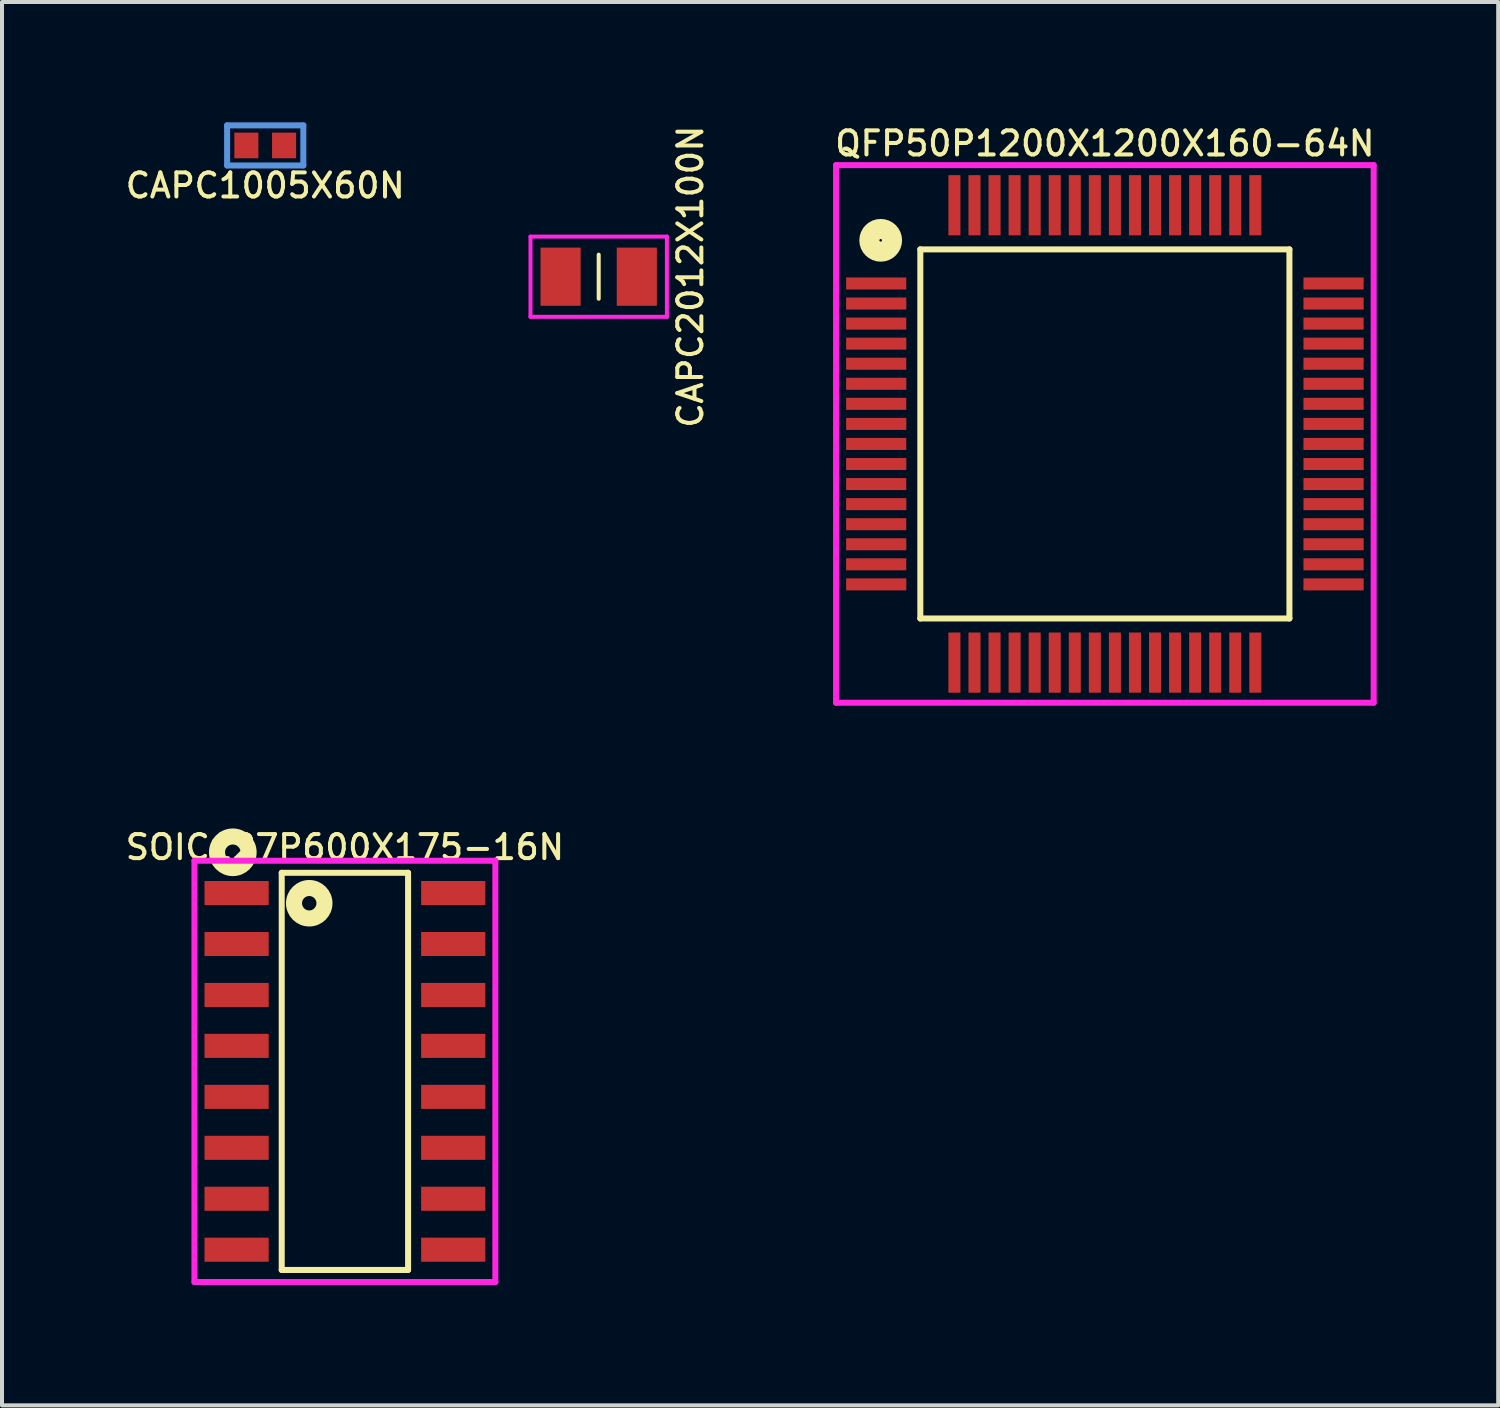
<source format=kicad_pcb>
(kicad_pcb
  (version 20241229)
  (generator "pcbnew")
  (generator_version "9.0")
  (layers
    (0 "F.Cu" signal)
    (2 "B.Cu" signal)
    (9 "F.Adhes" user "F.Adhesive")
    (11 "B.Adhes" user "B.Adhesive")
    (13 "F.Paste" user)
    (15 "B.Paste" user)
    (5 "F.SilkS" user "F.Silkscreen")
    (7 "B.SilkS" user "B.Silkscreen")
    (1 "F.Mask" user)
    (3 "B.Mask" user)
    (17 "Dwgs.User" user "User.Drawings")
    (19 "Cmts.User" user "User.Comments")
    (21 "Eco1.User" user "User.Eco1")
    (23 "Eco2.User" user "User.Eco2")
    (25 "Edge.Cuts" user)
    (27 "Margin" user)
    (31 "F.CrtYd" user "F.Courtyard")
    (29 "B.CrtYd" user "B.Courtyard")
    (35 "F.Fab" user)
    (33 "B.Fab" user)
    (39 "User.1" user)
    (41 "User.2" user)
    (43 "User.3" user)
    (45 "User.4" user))
  (footprint "SOIC127P600X175-16N"
    (layer "F.Cu")
    (at 5.547 23.655)
    (property "Reference" "SOIC127P600X175-16N" (at 0 -5.588 0) (layer "F.SilkS") (effects (font (size 0.6 0.6) (thickness 0.1))))
    (attr through_hole)
    (fp_line (start -1.575 -4.95) (end 1.575 -4.95) (stroke (width 0.15) (type solid)) (layer "F.SilkS"))
    (fp_line (start -1.575 4.95) (end -1.575 -4.95) (stroke (width 0.15) (type solid)) (layer "F.SilkS"))
    (fp_line (start 1.575 -4.95) (end 1.575 4.95) (stroke (width 0.15) (type solid)) (layer "F.SilkS"))
    (fp_line (start 1.575 4.95) (end -1.575 4.95) (stroke (width 0.15) (type solid)) (layer "F.SilkS"))
    (fp_circle (center -2.794 -5.461) (end -2.6 -5.461) (stroke (width 0.4) (type solid)) (fill no) (layer "F.SilkS"))
    (fp_circle (center -0.889 -4.191) (end -0.762 -4.064) (stroke (width 0.4) (type solid)) (fill no) (layer "F.SilkS"))
    (fp_line (start -3.75 -5.25) (end 3.75 -5.25) (stroke (width 0.15) (type solid)) (layer "F.CrtYd"))
    (fp_line (start -3.75 5.25) (end -3.75 -5.25) (stroke (width 0.15) (type solid)) (layer "F.CrtYd"))
    (fp_line (start 3.75 -5.25) (end 3.75 5.25) (stroke (width 0.15) (type solid)) (layer "F.CrtYd"))
    (fp_line (start 3.75 5.25) (end -3.75 5.25) (stroke (width 0.15) (type solid)) (layer "F.CrtYd"))
    (pad "1" smd rect (at -2.7 -4.445) (size 1.6 0.6) (layers "F.Cu" "F.Mask" "F.Paste"))
    (pad "2" smd rect (at -2.7 -3.175) (size 1.6 0.6) (layers "F.Cu" "F.Mask" "F.Paste"))
    (pad "3" smd rect (at -2.7 -1.905) (size 1.6 0.6) (layers "F.Cu" "F.Mask" "F.Paste"))
    (pad "4" smd rect (at -2.7 -0.635) (size 1.6 0.6) (layers "F.Cu" "F.Mask" "F.Paste"))
    (pad "5" smd rect (at -2.7 0.635) (size 1.6 0.6) (layers "F.Cu" "F.Mask" "F.Paste"))
    (pad "6" smd rect (at -2.7 1.905) (size 1.6 0.6) (layers "F.Cu" "F.Mask" "F.Paste"))
    (pad "7" smd rect (at -2.7 3.175) (size 1.6 0.6) (layers "F.Cu" "F.Mask" "F.Paste"))
    (pad "8" smd rect (at -2.7 4.445) (size 1.6 0.6) (layers "F.Cu" "F.Mask" "F.Paste"))
    (pad "9" smd rect (at 2.7 4.445) (size 1.6 0.6) (layers "F.Cu" "F.Mask" "F.Paste"))
    (pad "10" smd rect (at 2.7 3.175) (size 1.6 0.6) (layers "F.Cu" "F.Mask" "F.Paste"))
    (pad "11" smd rect (at 2.7 1.905) (size 1.6 0.6) (layers "F.Cu" "F.Mask" "F.Paste"))
    (pad "12" smd rect (at 2.7 0.635) (size 1.6 0.6) (layers "F.Cu" "F.Mask" "F.Paste"))
    (pad "13" smd rect (at 2.7 -0.635) (size 1.6 0.6) (layers "F.Cu" "F.Mask" "F.Paste"))
    (pad "14" smd rect (at 2.7 -1.905) (size 1.6 0.6) (layers "F.Cu" "F.Mask" "F.Paste"))
    (pad "15" smd rect (at 2.7 -3.175) (size 1.6 0.6) (layers "F.Cu" "F.Mask" "F.Paste"))
    (pad "16" smd rect (at 2.7 -4.445) (size 1.6 0.6) (layers "F.Cu" "F.Mask" "F.Paste")))
  (footprint "CAPC2012X100N"
    (layer "F.Cu")
    (at 11.873 3.847)
    (property "Reference" "CAPC2012X100N" (at 2.286 0 90) (layer "F.SilkS") (effects (font (size 0.6 0.6) (thickness 0.1))))
    (attr through_hole)
    (fp_line (start 0 -0.55) (end 0 0.55) (stroke (width 0.1) (type solid)) (layer "F.SilkS"))
    (fp_line (start -1.7 -1) (end 1.7 -1) (stroke (width 0.1) (type solid)) (layer "F.CrtYd"))
    (fp_line (start -1.7 1) (end -1.7 -1) (stroke (width 0.1) (type solid)) (layer "F.CrtYd"))
    (fp_line (start 1.7 -1) (end 1.7 1) (stroke (width 0.1) (type solid)) (layer "F.CrtYd"))
    (fp_line (start 1.7 1) (end -1.7 1) (stroke (width 0.1) (type solid)) (layer "F.CrtYd"))
    (pad "1" smd rect (at -0.95 0) (size 1 1.45) (layers "F.Cu" "F.Mask" "F.Paste"))
    (pad "2" smd rect (at 0.95 0) (size 1 1.45) (layers "F.Cu" "F.Mask" "F.Paste")))
  (footprint "CAPC1005X60N"
    (layer "F.Cu")
    (at 3.561 0.575)
    (property "Reference" "CAPC1005X60N" (at 0 1 0) (layer "F.SilkS") (effects (font (size 0.6 0.6) (thickness 0.1))))
    (attr through_hole)
    (fp_line (start -0.95 -0.5) (end 0.95 -0.5) (stroke (width 0.15) (type solid)) (layer "Cmts.User"))
    (fp_line (start -0.95 0.5) (end -0.95 -0.5) (stroke (width 0.15) (type solid)) (layer "Cmts.User"))
    (fp_line (start 0.95 -0.5) (end 0.95 0.5) (stroke (width 0.15) (type solid)) (layer "Cmts.User"))
    (fp_line (start 0.95 0.5) (end -0.95 0.5) (stroke (width 0.15) (type solid)) (layer "Cmts.User"))
    (pad "1" smd rect (at -0.47 0) (size 0.6 0.64) (layers "F.Cu" "F.Mask" "F.Paste"))
    (pad "2" smd rect (at 0.47 0) (size 0.6 0.64) (layers "F.Cu" "F.Mask" "F.Paste")))
  (footprint "QFP50P1200X1200X160-64N"
    (layer "F.Cu")
    (at 24.49 7.766)
    (property "Reference" "QFP50P1200X1200X160-64N" (at 0 -7.239 0) (layer "F.SilkS") (effects (font (size 0.6 0.6) (thickness 0.1))))
    (attr through_hole)
    (fp_line (start -4.6 -4.6) (end 4.6 -4.6) (stroke (width 0.15) (type solid)) (layer "F.SilkS"))
    (fp_line (start -4.6 4.6) (end -4.6 -4.6) (stroke (width 0.15) (type solid)) (layer "F.SilkS"))
    (fp_line (start 4.6 -4.6) (end 4.6 4.6) (stroke (width 0.15) (type solid)) (layer "F.SilkS"))
    (fp_line (start 4.6 4.6) (end -4.6 4.6) (stroke (width 0.15) (type solid)) (layer "F.SilkS"))
    (fp_circle (center -5.588 -4.826) (end -5.788 -5.026) (stroke (width 0.5) (type solid)) (fill no) (layer "F.SilkS"))
    (fp_line (start -6.7 -6.7) (end 6.7 -6.7) (stroke (width 0.15) (type solid)) (layer "F.CrtYd"))
    (fp_line (start -6.7 6.7) (end -6.7 -6.7) (stroke (width 0.15) (type solid)) (layer "F.CrtYd"))
    (fp_line (start 6.7 -6.7) (end 6.7 6.7) (stroke (width 0.15) (type solid)) (layer "F.CrtYd"))
    (fp_line (start 6.7 6.7) (end -6.7 6.7) (stroke (width 0.15) (type solid)) (layer "F.CrtYd"))
    (pad "1" smd rect (at -5.7 -3.75) (size 1.5 0.3) (layers "F.Cu" "F.Mask" "F.Paste"))
    (pad "2" smd rect (at -5.7 -3.25) (size 1.5 0.3) (layers "F.Cu" "F.Mask" "F.Paste"))
    (pad "3" smd rect (at -5.7 -2.75) (size 1.5 0.3) (layers "F.Cu" "F.Mask" "F.Paste"))
    (pad "4" smd rect (at -5.7 -2.25) (size 1.5 0.3) (layers "F.Cu" "F.Mask" "F.Paste"))
    (pad "5" smd rect (at -5.7 -1.75) (size 1.5 0.3) (layers "F.Cu" "F.Mask" "F.Paste"))
    (pad "6" smd rect (at -5.7 -1.25) (size 1.5 0.3) (layers "F.Cu" "F.Mask" "F.Paste"))
    (pad "7" smd rect (at -5.7 -0.75) (size 1.5 0.3) (layers "F.Cu" "F.Mask" "F.Paste"))
    (pad "8" smd rect (at -5.7 -0.25) (size 1.5 0.3) (layers "F.Cu" "F.Mask" "F.Paste"))
    (pad "9" smd rect (at -5.7 0.25) (size 1.5 0.3) (layers "F.Cu" "F.Mask" "F.Paste"))
    (pad "10" smd rect (at -5.7 0.75) (size 1.5 0.3) (layers "F.Cu" "F.Mask" "F.Paste"))
    (pad "11" smd rect (at -5.7 1.25) (size 1.5 0.3) (layers "F.Cu" "F.Mask" "F.Paste"))
    (pad "12" smd rect (at -5.7 1.75) (size 1.5 0.3) (layers "F.Cu" "F.Mask" "F.Paste"))
    (pad "13" smd rect (at -5.7 2.25) (size 1.5 0.3) (layers "F.Cu" "F.Mask" "F.Paste"))
    (pad "14" smd rect (at -5.7 2.75) (size 1.5 0.3) (layers "F.Cu" "F.Mask" "F.Paste"))
    (pad "15" smd rect (at -5.7 3.25) (size 1.5 0.3) (layers "F.Cu" "F.Mask" "F.Paste"))
    (pad "16" smd rect (at -5.7 3.75) (size 1.5 0.3) (layers "F.Cu" "F.Mask" "F.Paste"))
    (pad "17" smd rect (at -3.75 5.7) (size 0.3 1.5) (layers "F.Cu" "F.Mask" "F.Paste"))
    (pad "18" smd rect (at -3.25 5.7) (size 0.3 1.5) (layers "F.Cu" "F.Mask" "F.Paste"))
    (pad "19" smd rect (at -2.75 5.7) (size 0.3 1.5) (layers "F.Cu" "F.Mask" "F.Paste"))
    (pad "20" smd rect (at -2.25 5.7) (size 0.3 1.5) (layers "F.Cu" "F.Mask" "F.Paste"))
    (pad "21" smd rect (at -1.75 5.7) (size 0.3 1.5) (layers "F.Cu" "F.Mask" "F.Paste"))
    (pad "22" smd rect (at -1.25 5.7) (size 0.3 1.5) (layers "F.Cu" "F.Mask" "F.Paste"))
    (pad "23" smd rect (at -0.75 5.7) (size 0.3 1.5) (layers "F.Cu" "F.Mask" "F.Paste"))
    (pad "24" smd rect (at -0.25 5.7) (size 0.3 1.5) (layers "F.Cu" "F.Mask" "F.Paste"))
    (pad "25" smd rect (at 0.25 5.7) (size 0.3 1.5) (layers "F.Cu" "F.Mask" "F.Paste"))
    (pad "26" smd rect (at 0.75 5.7) (size 0.3 1.5) (layers "F.Cu" "F.Mask" "F.Paste"))
    (pad "27" smd rect (at 1.25 5.7) (size 0.3 1.5) (layers "F.Cu" "F.Mask" "F.Paste"))
    (pad "28" smd rect (at 1.75 5.7) (size 0.3 1.5) (layers "F.Cu" "F.Mask" "F.Paste"))
    (pad "29" smd rect (at 2.25 5.7) (size 0.3 1.5) (layers "F.Cu" "F.Mask" "F.Paste"))
    (pad "30" smd rect (at 2.75 5.7) (size 0.3 1.5) (layers "F.Cu" "F.Mask" "F.Paste"))
    (pad "31" smd rect (at 3.25 5.7) (size 0.3 1.5) (layers "F.Cu" "F.Mask" "F.Paste"))
    (pad "32" smd rect (at 3.75 5.7) (size 0.3 1.5) (layers "F.Cu" "F.Mask" "F.Paste"))
    (pad "33" smd rect (at 5.7 3.75) (size 1.5 0.3) (layers "F.Cu" "F.Mask" "F.Paste"))
    (pad "34" smd rect (at 5.7 3.25) (size 1.5 0.3) (layers "F.Cu" "F.Mask" "F.Paste"))
    (pad "35" smd rect (at 5.7 2.75) (size 1.5 0.3) (layers "F.Cu" "F.Mask" "F.Paste"))
    (pad "36" smd rect (at 5.7 2.25) (size 1.5 0.3) (layers "F.Cu" "F.Mask" "F.Paste"))
    (pad "37" smd rect (at 5.7 1.75) (size 1.5 0.3) (layers "F.Cu" "F.Mask" "F.Paste"))
    (pad "38" smd rect (at 5.7 1.25) (size 1.5 0.3) (layers "F.Cu" "F.Mask" "F.Paste"))
    (pad "39" smd rect (at 5.7 0.75) (size 1.5 0.3) (layers "F.Cu" "F.Mask" "F.Paste"))
    (pad "40" smd rect (at 5.7 0.25) (size 1.5 0.3) (layers "F.Cu" "F.Mask" "F.Paste"))
    (pad "41" smd rect (at 5.7 -0.25) (size 1.5 0.3) (layers "F.Cu" "F.Mask" "F.Paste"))
    (pad "42" smd rect (at 5.7 -0.75) (size 1.5 0.3) (layers "F.Cu" "F.Mask" "F.Paste"))
    (pad "43" smd rect (at 5.7 -1.25) (size 1.5 0.3) (layers "F.Cu" "F.Mask" "F.Paste"))
    (pad "44" smd rect (at 5.7 -1.75) (size 1.5 0.3) (layers "F.Cu" "F.Mask" "F.Paste"))
    (pad "45" smd rect (at 5.7 -2.25) (size 1.5 0.3) (layers "F.Cu" "F.Mask" "F.Paste"))
    (pad "46" smd rect (at 5.7 -2.75) (size 1.5 0.3) (layers "F.Cu" "F.Mask" "F.Paste"))
    (pad "47" smd rect (at 5.7 -3.25) (size 1.5 0.3) (layers "F.Cu" "F.Mask" "F.Paste"))
    (pad "48" smd rect (at 5.7 -3.75) (size 1.5 0.3) (layers "F.Cu" "F.Mask" "F.Paste"))
    (pad "49" smd rect (at 3.75 -5.7) (size 0.3 1.5) (layers "F.Cu" "F.Mask" "F.Paste"))
    (pad "50" smd rect (at 3.25 -5.7) (size 0.3 1.5) (layers "F.Cu" "F.Mask" "F.Paste"))
    (pad "51" smd rect (at 2.75 -5.7) (size 0.3 1.5) (layers "F.Cu" "F.Mask" "F.Paste"))
    (pad "52" smd rect (at 2.25 -5.7) (size 0.3 1.5) (layers "F.Cu" "F.Mask" "F.Paste"))
    (pad "53" smd rect (at 1.75 -5.7) (size 0.3 1.5) (layers "F.Cu" "F.Mask" "F.Paste"))
    (pad "54" smd rect (at 1.25 -5.7) (size 0.3 1.5) (layers "F.Cu" "F.Mask" "F.Paste"))
    (pad "55" smd rect (at 0.75 -5.7) (size 0.3 1.5) (layers "F.Cu" "F.Mask" "F.Paste"))
    (pad "56" smd rect (at 0.25 -5.7) (size 0.3 1.5) (layers "F.Cu" "F.Mask" "F.Paste"))
    (pad "57" smd rect (at -0.25 -5.7) (size 0.3 1.5) (layers "F.Cu" "F.Mask" "F.Paste"))
    (pad "58" smd rect (at -0.75 -5.7) (size 0.3 1.5) (layers "F.Cu" "F.Mask" "F.Paste"))
    (pad "59" smd rect (at -1.25 -5.7) (size 0.3 1.5) (layers "F.Cu" "F.Mask" "F.Paste"))
    (pad "60" smd rect (at -1.75 -5.7) (size 0.3 1.5) (layers "F.Cu" "F.Mask" "F.Paste"))
    (pad "61" smd rect (at -2.25 -5.7) (size 0.3 1.5) (layers "F.Cu" "F.Mask" "F.Paste"))
    (pad "62" smd rect (at -2.75 -5.7) (size 0.3 1.5) (layers "F.Cu" "F.Mask" "F.Paste"))
    (pad "63" smd rect (at -3.25 -5.7) (size 0.3 1.5) (layers "F.Cu" "F.Mask" "F.Paste"))
    (pad "64" smd rect (at -3.75 -5.7) (size 0.3 1.5) (layers "F.Cu" "F.Mask" "F.Paste")))
  (gr_rect
    (start -3 -3)
    (end 34.294 31.98)
    (stroke (width 0.1) (type default))
    (fill no)
    (layer "Edge.Cuts")))
</source>
